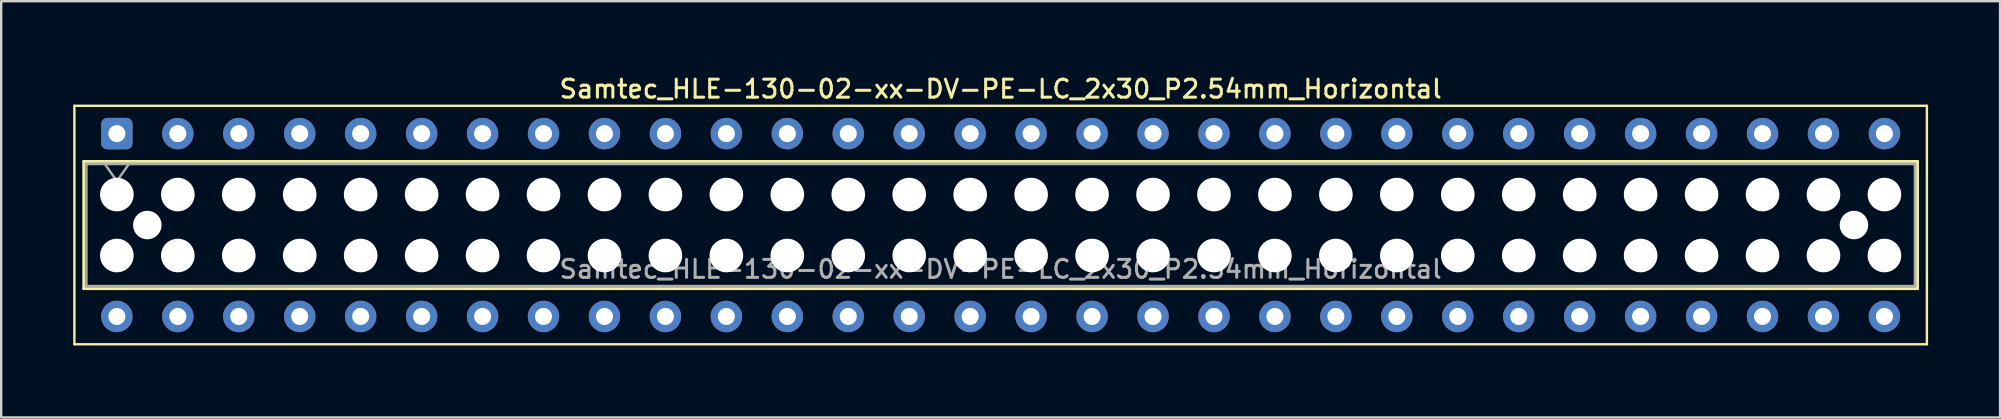
<source format=kicad_pcb>
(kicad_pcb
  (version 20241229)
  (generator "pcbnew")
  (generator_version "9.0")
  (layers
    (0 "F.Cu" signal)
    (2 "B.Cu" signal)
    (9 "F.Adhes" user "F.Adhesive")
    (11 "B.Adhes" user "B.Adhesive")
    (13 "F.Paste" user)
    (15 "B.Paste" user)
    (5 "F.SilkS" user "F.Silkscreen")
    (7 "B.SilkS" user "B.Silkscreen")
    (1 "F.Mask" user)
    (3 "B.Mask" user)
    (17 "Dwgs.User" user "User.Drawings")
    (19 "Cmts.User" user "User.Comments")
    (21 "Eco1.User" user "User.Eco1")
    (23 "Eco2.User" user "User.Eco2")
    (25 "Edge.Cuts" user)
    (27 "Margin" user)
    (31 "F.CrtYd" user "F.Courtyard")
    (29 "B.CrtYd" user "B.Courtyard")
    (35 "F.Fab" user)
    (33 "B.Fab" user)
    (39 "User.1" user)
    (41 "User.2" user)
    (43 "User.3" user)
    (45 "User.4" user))
  (footprint "Samtec_HLE-130-02-xx-DV-PE-LC_2x30_P2.54mm_Horizontal"
    (layer "F.Cu")
    (at 1.82 2.518)
    (property "Reference" "Samtec_HLE-130-02-xx-DV-PE-LC_2x30_P2.54mm_Horizontal" (at 36.83 -1.86 0) (layer "F.SilkS") (effects (font (size 0.75 0.75) (thickness 0.125))))
    (attr through_hole)
    (fp_line (start -1.77 -1.16) (end 75.43 -1.16) (stroke (width 0.1) (type solid)) (layer "F.SilkS"))
    (fp_line (start -1.77 8.78) (end -1.77 -1.16) (stroke (width 0.1) (type solid)) (layer "F.SilkS"))
    (fp_line (start -1.38 1.16) (end 75.04 1.16) (stroke (width 0.12) (type solid)) (layer "F.SilkS"))
    (fp_line (start -1.38 6.46) (end -1.38 1.16) (stroke (width 0.12) (type solid)) (layer "F.SilkS"))
    (fp_line (start 75.04 1.16) (end 75.04 6.46) (stroke (width 0.12) (type solid)) (layer "F.SilkS"))
    (fp_line (start 75.04 6.46) (end -1.38 6.46) (stroke (width 0.12) (type solid)) (layer "F.SilkS"))
    (fp_line (start 75.43 -1.16) (end 75.43 8.78) (stroke (width 0.1) (type solid)) (layer "F.SilkS"))
    (fp_line (start 75.43 8.78) (end -1.77 8.78) (stroke (width 0.1) (type solid)) (layer "F.SilkS"))
    (fp_line (start -1.27 1.27) (end 74.93 1.27) (stroke (width 0.1) (type solid)) (layer "F.Fab"))
    (fp_line (start -1.27 6.35) (end -1.27 1.27) (stroke (width 0.1) (type solid)) (layer "F.Fab"))
    (fp_line (start -0.5 1.27) (end 0 1.977) (stroke (width 0.1) (type solid)) (layer "F.Fab"))
    (fp_line (start 0 1.977) (end 0.5 1.27) (stroke (width 0.1) (type solid)) (layer "F.Fab"))
    (fp_line (start 74.93 1.27) (end 74.93 6.35) (stroke (width 0.1) (type solid)) (layer "F.Fab"))
    (fp_line (start 74.93 6.35) (end -1.27 6.35) (stroke (width 0.1) (type solid)) (layer "F.Fab"))
    (fp_text user "${REFERENCE}" (at 36.83 5.65 0) (layer "F.Fab") (effects (font (size 0.75 0.75) (thickness 0.125))))
    (pad "" np_thru_hole circle (at 0 2.54) (size 1.4 1.4) (drill 1.4) (layers "*.Cu" "*.Mask"))
    (pad "" np_thru_hole circle (at 0 5.08) (size 1.4 1.4) (drill 1.4) (layers "*.Cu" "*.Mask"))
    (pad "" np_thru_hole circle (at 1.27 3.81) (size 1.19 1.19) (drill 1.19) (layers "*.Cu" "*.Mask"))
    (pad "" np_thru_hole circle (at 2.54 2.54) (size 1.4 1.4) (drill 1.4) (layers "*.Cu" "*.Mask"))
    (pad "" np_thru_hole circle (at 2.54 5.08) (size 1.4 1.4) (drill 1.4) (layers "*.Cu" "*.Mask"))
    (pad "" np_thru_hole circle (at 5.08 2.54) (size 1.4 1.4) (drill 1.4) (layers "*.Cu" "*.Mask"))
    (pad "" np_thru_hole circle (at 5.08 5.08) (size 1.4 1.4) (drill 1.4) (layers "*.Cu" "*.Mask"))
    (pad "" np_thru_hole circle (at 7.62 2.54) (size 1.4 1.4) (drill 1.4) (layers "*.Cu" "*.Mask"))
    (pad "" np_thru_hole circle (at 7.62 5.08) (size 1.4 1.4) (drill 1.4) (layers "*.Cu" "*.Mask"))
    (pad "" np_thru_hole circle (at 10.16 2.54) (size 1.4 1.4) (drill 1.4) (layers "*.Cu" "*.Mask"))
    (pad "" np_thru_hole circle (at 10.16 5.08) (size 1.4 1.4) (drill 1.4) (layers "*.Cu" "*.Mask"))
    (pad "" np_thru_hole circle (at 12.7 2.54) (size 1.4 1.4) (drill 1.4) (layers "*.Cu" "*.Mask"))
    (pad "" np_thru_hole circle (at 12.7 5.08) (size 1.4 1.4) (drill 1.4) (layers "*.Cu" "*.Mask"))
    (pad "" np_thru_hole circle (at 15.24 2.54) (size 1.4 1.4) (drill 1.4) (layers "*.Cu" "*.Mask"))
    (pad "" np_thru_hole circle (at 15.24 5.08) (size 1.4 1.4) (drill 1.4) (layers "*.Cu" "*.Mask"))
    (pad "" np_thru_hole circle (at 17.78 2.54) (size 1.4 1.4) (drill 1.4) (layers "*.Cu" "*.Mask"))
    (pad "" np_thru_hole circle (at 17.78 5.08) (size 1.4 1.4) (drill 1.4) (layers "*.Cu" "*.Mask"))
    (pad "" np_thru_hole circle (at 20.32 2.54) (size 1.4 1.4) (drill 1.4) (layers "*.Cu" "*.Mask"))
    (pad "" np_thru_hole circle (at 20.32 5.08) (size 1.4 1.4) (drill 1.4) (layers "*.Cu" "*.Mask"))
    (pad "" np_thru_hole circle (at 22.86 2.54) (size 1.4 1.4) (drill 1.4) (layers "*.Cu" "*.Mask"))
    (pad "" np_thru_hole circle (at 22.86 5.08) (size 1.4 1.4) (drill 1.4) (layers "*.Cu" "*.Mask"))
    (pad "" np_thru_hole circle (at 25.4 2.54) (size 1.4 1.4) (drill 1.4) (layers "*.Cu" "*.Mask"))
    (pad "" np_thru_hole circle (at 25.4 5.08) (size 1.4 1.4) (drill 1.4) (layers "*.Cu" "*.Mask"))
    (pad "" np_thru_hole circle (at 27.94 2.54) (size 1.4 1.4) (drill 1.4) (layers "*.Cu" "*.Mask"))
    (pad "" np_thru_hole circle (at 27.94 5.08) (size 1.4 1.4) (drill 1.4) (layers "*.Cu" "*.Mask"))
    (pad "" np_thru_hole circle (at 30.48 2.54) (size 1.4 1.4) (drill 1.4) (layers "*.Cu" "*.Mask"))
    (pad "" np_thru_hole circle (at 30.48 5.08) (size 1.4 1.4) (drill 1.4) (layers "*.Cu" "*.Mask"))
    (pad "" np_thru_hole circle (at 33.02 2.54) (size 1.4 1.4) (drill 1.4) (layers "*.Cu" "*.Mask"))
    (pad "" np_thru_hole circle (at 33.02 5.08) (size 1.4 1.4) (drill 1.4) (layers "*.Cu" "*.Mask"))
    (pad "" np_thru_hole circle (at 35.56 2.54) (size 1.4 1.4) (drill 1.4) (layers "*.Cu" "*.Mask"))
    (pad "" np_thru_hole circle (at 35.56 5.08) (size 1.4 1.4) (drill 1.4) (layers "*.Cu" "*.Mask"))
    (pad "" np_thru_hole circle (at 38.1 2.54) (size 1.4 1.4) (drill 1.4) (layers "*.Cu" "*.Mask"))
    (pad "" np_thru_hole circle (at 38.1 5.08) (size 1.4 1.4) (drill 1.4) (layers "*.Cu" "*.Mask"))
    (pad "" np_thru_hole circle (at 40.64 2.54) (size 1.4 1.4) (drill 1.4) (layers "*.Cu" "*.Mask"))
    (pad "" np_thru_hole circle (at 40.64 5.08) (size 1.4 1.4) (drill 1.4) (layers "*.Cu" "*.Mask"))
    (pad "" np_thru_hole circle (at 43.18 2.54) (size 1.4 1.4) (drill 1.4) (layers "*.Cu" "*.Mask"))
    (pad "" np_thru_hole circle (at 43.18 5.08) (size 1.4 1.4) (drill 1.4) (layers "*.Cu" "*.Mask"))
    (pad "" np_thru_hole circle (at 45.72 2.54) (size 1.4 1.4) (drill 1.4) (layers "*.Cu" "*.Mask"))
    (pad "" np_thru_hole circle (at 45.72 5.08) (size 1.4 1.4) (drill 1.4) (layers "*.Cu" "*.Mask"))
    (pad "" np_thru_hole circle (at 48.26 2.54) (size 1.4 1.4) (drill 1.4) (layers "*.Cu" "*.Mask"))
    (pad "" np_thru_hole circle (at 48.26 5.08) (size 1.4 1.4) (drill 1.4) (layers "*.Cu" "*.Mask"))
    (pad "" np_thru_hole circle (at 50.8 2.54) (size 1.4 1.4) (drill 1.4) (layers "*.Cu" "*.Mask"))
    (pad "" np_thru_hole circle (at 50.8 5.08) (size 1.4 1.4) (drill 1.4) (layers "*.Cu" "*.Mask"))
    (pad "" np_thru_hole circle (at 53.34 2.54) (size 1.4 1.4) (drill 1.4) (layers "*.Cu" "*.Mask"))
    (pad "" np_thru_hole circle (at 53.34 5.08) (size 1.4 1.4) (drill 1.4) (layers "*.Cu" "*.Mask"))
    (pad "" np_thru_hole circle (at 55.88 2.54) (size 1.4 1.4) (drill 1.4) (layers "*.Cu" "*.Mask"))
    (pad "" np_thru_hole circle (at 55.88 5.08) (size 1.4 1.4) (drill 1.4) (layers "*.Cu" "*.Mask"))
    (pad "" np_thru_hole circle (at 58.42 2.54) (size 1.4 1.4) (drill 1.4) (layers "*.Cu" "*.Mask"))
    (pad "" np_thru_hole circle (at 58.42 5.08) (size 1.4 1.4) (drill 1.4) (layers "*.Cu" "*.Mask"))
    (pad "" np_thru_hole circle (at 60.96 2.54) (size 1.4 1.4) (drill 1.4) (layers "*.Cu" "*.Mask"))
    (pad "" np_thru_hole circle (at 60.96 5.08) (size 1.4 1.4) (drill 1.4) (layers "*.Cu" "*.Mask"))
    (pad "" np_thru_hole circle (at 63.5 2.54) (size 1.4 1.4) (drill 1.4) (layers "*.Cu" "*.Mask"))
    (pad "" np_thru_hole circle (at 63.5 5.08) (size 1.4 1.4) (drill 1.4) (layers "*.Cu" "*.Mask"))
    (pad "" np_thru_hole circle (at 66.04 2.54) (size 1.4 1.4) (drill 1.4) (layers "*.Cu" "*.Mask"))
    (pad "" np_thru_hole circle (at 66.04 5.08) (size 1.4 1.4) (drill 1.4) (layers "*.Cu" "*.Mask"))
    (pad "" np_thru_hole circle (at 68.58 2.54) (size 1.4 1.4) (drill 1.4) (layers "*.Cu" "*.Mask"))
    (pad "" np_thru_hole circle (at 68.58 5.08) (size 1.4 1.4) (drill 1.4) (layers "*.Cu" "*.Mask"))
    (pad "" np_thru_hole circle (at 71.12 2.54) (size 1.4 1.4) (drill 1.4) (layers "*.Cu" "*.Mask"))
    (pad "" np_thru_hole circle (at 71.12 5.08) (size 1.4 1.4) (drill 1.4) (layers "*.Cu" "*.Mask"))
    (pad "" np_thru_hole circle (at 72.39 3.81) (size 1.19 1.19) (drill 1.19) (layers "*.Cu" "*.Mask"))
    (pad "" np_thru_hole circle (at 73.66 2.54) (size 1.4 1.4) (drill 1.4) (layers "*.Cu" "*.Mask"))
    (pad "" np_thru_hole circle (at 73.66 5.08) (size 1.4 1.4) (drill 1.4) (layers "*.Cu" "*.Mask"))
    (pad "1" thru_hole roundrect (at 0 0) (size 1.31 1.31) (drill 0.71) (layers "*.Cu" "*.Mask") (roundrect_rratio 0.191))
    (pad "2" thru_hole circle (at 0 7.62) (size 1.31 1.31) (drill 0.71) (layers "*.Cu" "*.Mask"))
    (pad "3" thru_hole circle (at 2.54 0) (size 1.31 1.31) (drill 0.71) (layers "*.Cu" "*.Mask"))
    (pad "4" thru_hole circle (at 2.54 7.62) (size 1.31 1.31) (drill 0.71) (layers "*.Cu" "*.Mask"))
    (pad "5" thru_hole circle (at 5.08 0) (size 1.31 1.31) (drill 0.71) (layers "*.Cu" "*.Mask"))
    (pad "6" thru_hole circle (at 5.08 7.62) (size 1.31 1.31) (drill 0.71) (layers "*.Cu" "*.Mask"))
    (pad "7" thru_hole circle (at 7.62 0) (size 1.31 1.31) (drill 0.71) (layers "*.Cu" "*.Mask"))
    (pad "8" thru_hole circle (at 7.62 7.62) (size 1.31 1.31) (drill 0.71) (layers "*.Cu" "*.Mask"))
    (pad "9" thru_hole circle (at 10.16 0) (size 1.31 1.31) (drill 0.71) (layers "*.Cu" "*.Mask"))
    (pad "10" thru_hole circle (at 10.16 7.62) (size 1.31 1.31) (drill 0.71) (layers "*.Cu" "*.Mask"))
    (pad "11" thru_hole circle (at 12.7 0) (size 1.31 1.31) (drill 0.71) (layers "*.Cu" "*.Mask"))
    (pad "12" thru_hole circle (at 12.7 7.62) (size 1.31 1.31) (drill 0.71) (layers "*.Cu" "*.Mask"))
    (pad "13" thru_hole circle (at 15.24 0) (size 1.31 1.31) (drill 0.71) (layers "*.Cu" "*.Mask"))
    (pad "14" thru_hole circle (at 15.24 7.62) (size 1.31 1.31) (drill 0.71) (layers "*.Cu" "*.Mask"))
    (pad "15" thru_hole circle (at 17.78 0) (size 1.31 1.31) (drill 0.71) (layers "*.Cu" "*.Mask"))
    (pad "16" thru_hole circle (at 17.78 7.62) (size 1.31 1.31) (drill 0.71) (layers "*.Cu" "*.Mask"))
    (pad "17" thru_hole circle (at 20.32 0) (size 1.31 1.31) (drill 0.71) (layers "*.Cu" "*.Mask"))
    (pad "18" thru_hole circle (at 20.32 7.62) (size 1.31 1.31) (drill 0.71) (layers "*.Cu" "*.Mask"))
    (pad "19" thru_hole circle (at 22.86 0) (size 1.31 1.31) (drill 0.71) (layers "*.Cu" "*.Mask"))
    (pad "20" thru_hole circle (at 22.86 7.62) (size 1.31 1.31) (drill 0.71) (layers "*.Cu" "*.Mask"))
    (pad "21" thru_hole circle (at 25.4 0) (size 1.31 1.31) (drill 0.71) (layers "*.Cu" "*.Mask"))
    (pad "22" thru_hole circle (at 25.4 7.62) (size 1.31 1.31) (drill 0.71) (layers "*.Cu" "*.Mask"))
    (pad "23" thru_hole circle (at 27.94 0) (size 1.31 1.31) (drill 0.71) (layers "*.Cu" "*.Mask"))
    (pad "24" thru_hole circle (at 27.94 7.62) (size 1.31 1.31) (drill 0.71) (layers "*.Cu" "*.Mask"))
    (pad "25" thru_hole circle (at 30.48 0) (size 1.31 1.31) (drill 0.71) (layers "*.Cu" "*.Mask"))
    (pad "26" thru_hole circle (at 30.48 7.62) (size 1.31 1.31) (drill 0.71) (layers "*.Cu" "*.Mask"))
    (pad "27" thru_hole circle (at 33.02 0) (size 1.31 1.31) (drill 0.71) (layers "*.Cu" "*.Mask"))
    (pad "28" thru_hole circle (at 33.02 7.62) (size 1.31 1.31) (drill 0.71) (layers "*.Cu" "*.Mask"))
    (pad "29" thru_hole circle (at 35.56 0) (size 1.31 1.31) (drill 0.71) (layers "*.Cu" "*.Mask"))
    (pad "30" thru_hole circle (at 35.56 7.62) (size 1.31 1.31) (drill 0.71) (layers "*.Cu" "*.Mask"))
    (pad "31" thru_hole circle (at 38.1 0) (size 1.31 1.31) (drill 0.71) (layers "*.Cu" "*.Mask"))
    (pad "32" thru_hole circle (at 38.1 7.62) (size 1.31 1.31) (drill 0.71) (layers "*.Cu" "*.Mask"))
    (pad "33" thru_hole circle (at 40.64 0) (size 1.31 1.31) (drill 0.71) (layers "*.Cu" "*.Mask"))
    (pad "34" thru_hole circle (at 40.64 7.62) (size 1.31 1.31) (drill 0.71) (layers "*.Cu" "*.Mask"))
    (pad "35" thru_hole circle (at 43.18 0) (size 1.31 1.31) (drill 0.71) (layers "*.Cu" "*.Mask"))
    (pad "36" thru_hole circle (at 43.18 7.62) (size 1.31 1.31) (drill 0.71) (layers "*.Cu" "*.Mask"))
    (pad "37" thru_hole circle (at 45.72 0) (size 1.31 1.31) (drill 0.71) (layers "*.Cu" "*.Mask"))
    (pad "38" thru_hole circle (at 45.72 7.62) (size 1.31 1.31) (drill 0.71) (layers "*.Cu" "*.Mask"))
    (pad "39" thru_hole circle (at 48.26 0) (size 1.31 1.31) (drill 0.71) (layers "*.Cu" "*.Mask"))
    (pad "40" thru_hole circle (at 48.26 7.62) (size 1.31 1.31) (drill 0.71) (layers "*.Cu" "*.Mask"))
    (pad "41" thru_hole circle (at 50.8 0) (size 1.31 1.31) (drill 0.71) (layers "*.Cu" "*.Mask"))
    (pad "42" thru_hole circle (at 50.8 7.62) (size 1.31 1.31) (drill 0.71) (layers "*.Cu" "*.Mask"))
    (pad "43" thru_hole circle (at 53.34 0) (size 1.31 1.31) (drill 0.71) (layers "*.Cu" "*.Mask"))
    (pad "44" thru_hole circle (at 53.34 7.62) (size 1.31 1.31) (drill 0.71) (layers "*.Cu" "*.Mask"))
    (pad "45" thru_hole circle (at 55.88 0) (size 1.31 1.31) (drill 0.71) (layers "*.Cu" "*.Mask"))
    (pad "46" thru_hole circle (at 55.88 7.62) (size 1.31 1.31) (drill 0.71) (layers "*.Cu" "*.Mask"))
    (pad "47" thru_hole circle (at 58.42 0) (size 1.31 1.31) (drill 0.71) (layers "*.Cu" "*.Mask"))
    (pad "48" thru_hole circle (at 58.42 7.62) (size 1.31 1.31) (drill 0.71) (layers "*.Cu" "*.Mask"))
    (pad "49" thru_hole circle (at 60.96 0) (size 1.31 1.31) (drill 0.71) (layers "*.Cu" "*.Mask"))
    (pad "50" thru_hole circle (at 60.96 7.62) (size 1.31 1.31) (drill 0.71) (layers "*.Cu" "*.Mask"))
    (pad "51" thru_hole circle (at 63.5 0) (size 1.31 1.31) (drill 0.71) (layers "*.Cu" "*.Mask"))
    (pad "52" thru_hole circle (at 63.5 7.62) (size 1.31 1.31) (drill 0.71) (layers "*.Cu" "*.Mask"))
    (pad "53" thru_hole circle (at 66.04 0) (size 1.31 1.31) (drill 0.71) (layers "*.Cu" "*.Mask"))
    (pad "54" thru_hole circle (at 66.04 7.62) (size 1.31 1.31) (drill 0.71) (layers "*.Cu" "*.Mask"))
    (pad "55" thru_hole circle (at 68.58 0) (size 1.31 1.31) (drill 0.71) (layers "*.Cu" "*.Mask"))
    (pad "56" thru_hole circle (at 68.58 7.62) (size 1.31 1.31) (drill 0.71) (layers "*.Cu" "*.Mask"))
    (pad "57" thru_hole circle (at 71.12 0) (size 1.31 1.31) (drill 0.71) (layers "*.Cu" "*.Mask"))
    (pad "58" thru_hole circle (at 71.12 7.62) (size 1.31 1.31) (drill 0.71) (layers "*.Cu" "*.Mask"))
    (pad "59" thru_hole circle (at 73.66 0) (size 1.31 1.31) (drill 0.71) (layers "*.Cu" "*.Mask"))
    (pad "60" thru_hole circle (at 73.66 7.62) (size 1.31 1.31) (drill 0.71) (layers "*.Cu" "*.Mask")))
  (gr_rect
    (start -3 -3)
    (end 80.3 14.348)
    (stroke (width 0.1) (type default))
    (fill no)
    (layer "Edge.Cuts")))
</source>
